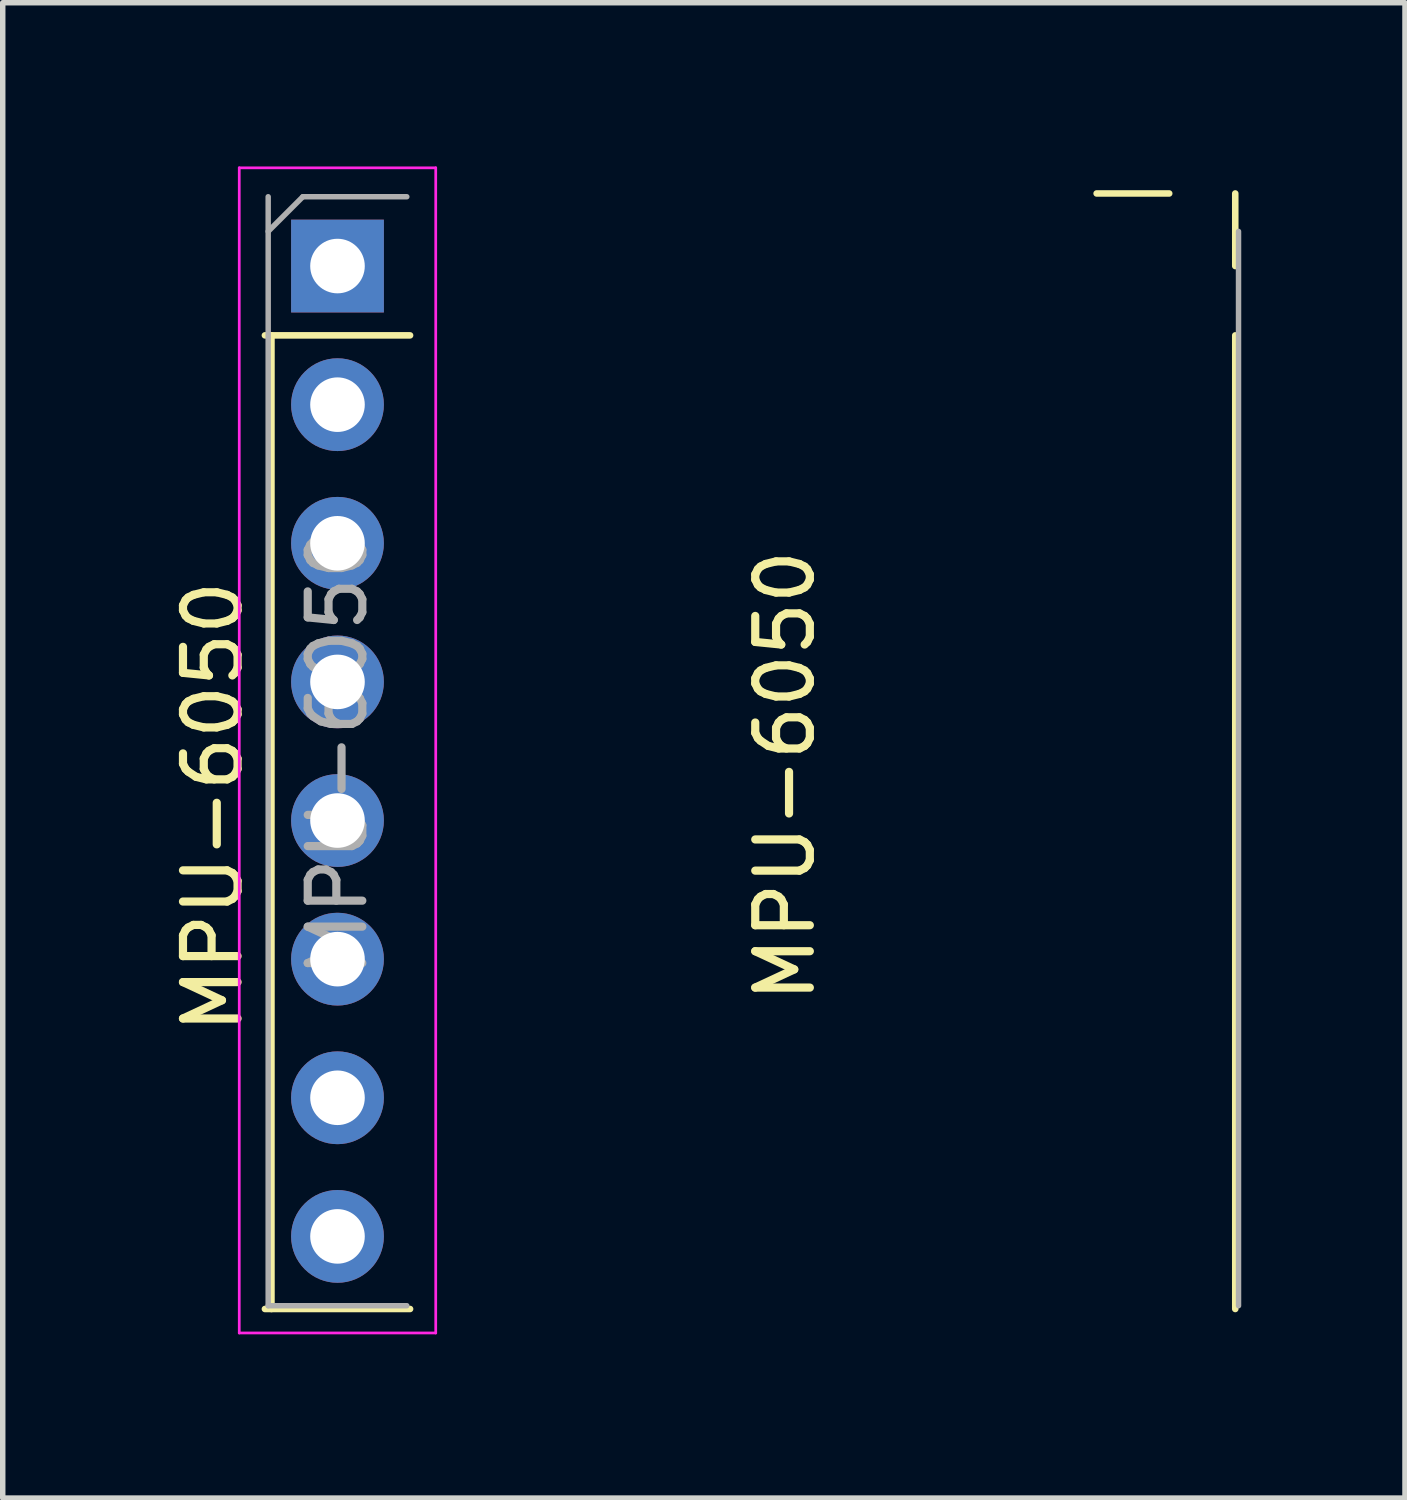
<source format=kicad_pcb>
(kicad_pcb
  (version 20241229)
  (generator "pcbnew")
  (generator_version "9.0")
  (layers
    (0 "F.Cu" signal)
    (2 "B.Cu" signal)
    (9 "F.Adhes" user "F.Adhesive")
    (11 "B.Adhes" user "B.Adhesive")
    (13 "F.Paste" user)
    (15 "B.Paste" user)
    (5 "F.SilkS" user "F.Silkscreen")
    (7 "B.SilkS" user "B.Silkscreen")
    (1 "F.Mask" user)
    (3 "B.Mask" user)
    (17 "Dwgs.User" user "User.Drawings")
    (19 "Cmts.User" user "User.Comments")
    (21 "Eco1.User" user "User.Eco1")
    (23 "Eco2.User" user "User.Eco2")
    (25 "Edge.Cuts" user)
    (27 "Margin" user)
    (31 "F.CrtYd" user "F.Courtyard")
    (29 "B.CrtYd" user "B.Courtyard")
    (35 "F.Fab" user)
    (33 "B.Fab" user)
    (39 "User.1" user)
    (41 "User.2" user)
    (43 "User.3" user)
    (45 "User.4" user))
  (footprint "MPU-6050"
    (placed yes)
    (layer "F.Cu")
    (at 3.134 1.825)
    (property "Reference" "MPU-6050" (at 8.2 9.34 90) (layer "F.SilkS") (effects (font (size 1 1) (thickness 0.15))))
    (attr through_hole)
    (fp_line (start -1.33 1.27) (end 1.33 1.27) (stroke (width 0.12) (type solid)) (layer "F.SilkS"))
    (fp_line (start -1.33 19.11) (end 1.33 19.11) (stroke (width 0.12) (type solid)) (layer "F.SilkS"))
    (fp_line (start -1.21 1.27) (end -1.21 19.11) (stroke (width 0.12) (type solid)) (layer "F.SilkS"))
    (fp_line (start 13.91 -1.33) (end 15.24 -1.33) (stroke (width 0.12) (type solid)) (layer "F.SilkS"))
    (fp_line (start 16.45 0) (end 16.45 -1.33) (stroke (width 0.12) (type solid)) (layer "F.SilkS"))
    (fp_line (start 16.45 1.27) (end 16.45 19.11) (stroke (width 0.12) (type solid)) (layer "F.SilkS"))
    (fp_line (start -1.8 -1.8) (end -1.8 19.55) (stroke (width 0.05) (type solid)) (layer "F.CrtYd"))
    (fp_line (start -1.8 19.55) (end 1.8 19.55) (stroke (width 0.05) (type solid)) (layer "F.CrtYd"))
    (fp_line (start 1.8 -1.8) (end -1.8 -1.8) (stroke (width 0.05) (type solid)) (layer "F.CrtYd"))
    (fp_line (start 1.8 19.55) (end 1.8 -1.8) (stroke (width 0.05) (type solid)) (layer "F.CrtYd"))
    (fp_line (start -1.27 -1.27) (end -1.27 19.05) (stroke (width 0.1) (type solid)) (layer "F.Fab"))
    (fp_line (start -1.27 -0.635) (end -0.635 -1.27) (stroke (width 0.1) (type solid)) (layer "F.Fab"))
    (fp_line (start -0.635 -1.27) (end 1.27 -1.27) (stroke (width 0.1) (type solid)) (layer "F.Fab"))
    (fp_line (start 1.27 19.05) (end -1.27 19.05) (stroke (width 0.1) (type solid)) (layer "F.Fab"))
    (fp_line (start 16.51 19.05) (end 16.51 -0.635) (stroke (width 0.1) (type solid)) (layer "F.Fab"))
    (fp_text user "MPU-6050" (at -2.286 9.906 90) (layer "F.SilkS") (effects (font (size 1 1) (thickness 0.15))))
    (fp_text user "${REFERENCE}" (at 0 8.89 90) (layer "F.Fab") (effects (font (size 1 1) (thickness 0.15))))
    (pad "1" thru_hole rect (at 0 0) (size 1.7 1.7) (drill 1) (layers "*.Cu" "*.Mask"))
    (pad "2" thru_hole oval (at 0 2.54) (size 1.7 1.7) (drill 1) (layers "*.Cu" "*.Mask"))
    (pad "3" thru_hole oval (at 0 5.08) (size 1.7 1.7) (drill 1) (layers "*.Cu" "*.Mask"))
    (pad "4" thru_hole oval (at 0 7.62) (size 1.7 1.7) (drill 1) (layers "*.Cu" "*.Mask"))
    (pad "5" thru_hole oval (at 0 10.16) (size 1.7 1.7) (drill 1) (layers "*.Cu" "*.Mask"))
    (pad "6" thru_hole oval (at 0 12.7) (size 1.7 1.7) (drill 1) (layers "*.Cu" "*.Mask"))
    (pad "7" thru_hole oval (at 0 15.24) (size 1.7 1.7) (drill 1) (layers "*.Cu" "*.Mask"))
    (pad "8" thru_hole oval (at 0 17.78) (size 1.7 1.7) (drill 1) (layers "*.Cu" "*.Mask")))
  (gr_rect
    (start -3 -3)
    (end 22.694 24.4)
    (stroke (width 0.1) (type default))
    (fill no)
    (layer "Edge.Cuts")))
</source>
